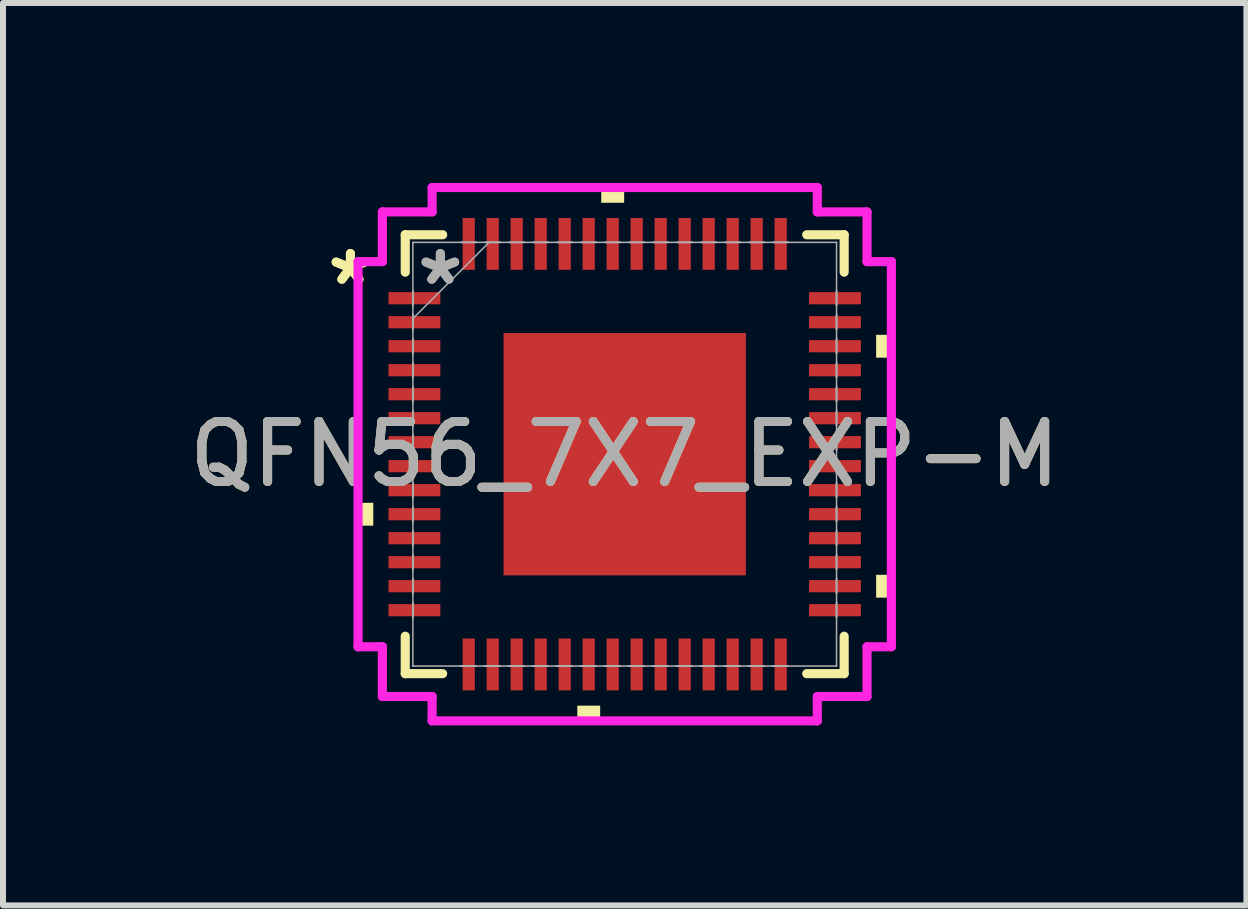
<source format=kicad_pcb>
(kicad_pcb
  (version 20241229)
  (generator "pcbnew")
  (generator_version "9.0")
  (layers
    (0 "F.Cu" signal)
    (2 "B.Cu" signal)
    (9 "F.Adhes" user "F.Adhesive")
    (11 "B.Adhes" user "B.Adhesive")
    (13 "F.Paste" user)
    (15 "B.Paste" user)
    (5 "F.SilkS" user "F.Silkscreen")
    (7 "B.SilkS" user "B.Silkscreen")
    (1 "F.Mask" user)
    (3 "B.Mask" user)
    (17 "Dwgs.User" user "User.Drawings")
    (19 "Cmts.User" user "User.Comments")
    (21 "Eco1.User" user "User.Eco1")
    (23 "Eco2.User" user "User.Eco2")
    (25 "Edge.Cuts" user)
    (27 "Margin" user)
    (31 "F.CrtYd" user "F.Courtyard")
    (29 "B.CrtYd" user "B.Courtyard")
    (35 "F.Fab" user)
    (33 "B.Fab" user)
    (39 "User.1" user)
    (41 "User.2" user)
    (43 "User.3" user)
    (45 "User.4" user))
  (footprint "QFN56_7X7_EXP-M"
    (layer "F.Cu")
    (at 7.363 4.521)
    (property "Reference" "QFN56_7X7_EXP-M" (at 0 0 0) (unlocked yes) (layer "F.SilkS") (effects (font (size 1 1) (thickness 0.15))))
    (attr smd)
    (fp_line (start -3.658 -3.658) (end -3.658 -3.034) (stroke (width 0.152) (type solid)) (layer "F.SilkS"))
    (fp_line (start -3.658 3.034) (end -3.658 3.658) (stroke (width 0.152) (type solid)) (layer "F.SilkS"))
    (fp_line (start -3.658 3.658) (end -3.034 3.658) (stroke (width 0.152) (type solid)) (layer "F.SilkS"))
    (fp_line (start -3.034 -3.658) (end -3.658 -3.658) (stroke (width 0.152) (type solid)) (layer "F.SilkS"))
    (fp_line (start 3.034 3.658) (end 3.658 3.658) (stroke (width 0.152) (type solid)) (layer "F.SilkS"))
    (fp_line (start 3.658 -3.658) (end 3.034 -3.658) (stroke (width 0.152) (type solid)) (layer "F.SilkS"))
    (fp_line (start 3.658 -3.034) (end 3.658 -3.658) (stroke (width 0.152) (type solid)) (layer "F.SilkS"))
    (fp_line (start 3.658 3.658) (end 3.658 3.034) (stroke (width 0.152) (type solid)) (layer "F.SilkS"))
    (fp_poly (pts (xy -4.445 0.81) (xy -4.445 1.191) (xy -4.191 1.191) (xy -4.191 0.81)) (stroke (width 0) (type solid)) (fill yes) (layer "F.SilkS"))
    (fp_poly (pts (xy -0.79 4.191) (xy -0.79 4.445) (xy -0.409 4.445) (xy -0.409 4.191)) (stroke (width 0) (type solid)) (fill yes) (layer "F.SilkS"))
    (fp_poly (pts (xy -0.391 -4.191) (xy -0.391 -4.445) (xy -0.009 -4.445) (xy -0.009 -4.191)) (stroke (width 0) (type solid)) (fill yes) (layer "F.SilkS"))
    (fp_poly (pts (xy 4.445 -1.99) (xy 4.445 -1.609) (xy 4.191 -1.609) (xy 4.191 -1.99)) (stroke (width 0) (type solid)) (fill yes) (layer "F.SilkS"))
    (fp_poly (pts (xy 4.445 2.01) (xy 4.445 2.391) (xy 4.191 2.391) (xy 4.191 2.01)) (stroke (width 0) (type solid)) (fill yes) (layer "F.SilkS"))
    (fp_poly (pts (xy -1.919 -1.919) (xy -1.919 -0.773) (xy -0.773 -0.773) (xy -0.773 -1.919)) (stroke (width 0) (type solid)) (fill yes) (layer "F.Paste"))
    (fp_poly (pts (xy -1.919 -0.573) (xy -1.919 0.573) (xy -0.773 0.573) (xy -0.773 -0.573)) (stroke (width 0) (type solid)) (fill yes) (layer "F.Paste"))
    (fp_poly (pts (xy -1.919 0.773) (xy -1.919 1.919) (xy -0.773 1.919) (xy -0.773 0.773)) (stroke (width 0) (type solid)) (fill yes) (layer "F.Paste"))
    (fp_poly (pts (xy -0.573 -1.919) (xy -0.573 -0.773) (xy 0.573 -0.773) (xy 0.573 -1.919)) (stroke (width 0) (type solid)) (fill yes) (layer "F.Paste"))
    (fp_poly (pts (xy -0.573 -0.573) (xy -0.573 0.573) (xy 0.573 0.573) (xy 0.573 -0.573)) (stroke (width 0) (type solid)) (fill yes) (layer "F.Paste"))
    (fp_poly (pts (xy -0.573 0.773) (xy -0.573 1.919) (xy 0.573 1.919) (xy 0.573 0.773)) (stroke (width 0) (type solid)) (fill yes) (layer "F.Paste"))
    (fp_poly (pts (xy 0.773 -1.919) (xy 0.773 -0.773) (xy 1.919 -0.773) (xy 1.919 -1.919)) (stroke (width 0) (type solid)) (fill yes) (layer "F.Paste"))
    (fp_poly (pts (xy 0.773 -0.573) (xy 0.773 0.573) (xy 1.919 0.573) (xy 1.919 -0.573)) (stroke (width 0) (type solid)) (fill yes) (layer "F.Paste"))
    (fp_poly (pts (xy 0.773 0.773) (xy 0.773 1.919) (xy 1.919 1.919) (xy 1.919 0.773)) (stroke (width 0) (type solid)) (fill yes) (layer "F.Paste"))
    (fp_line (start -4.445 -3.21) (end -4.039 -3.21) (stroke (width 0.152) (type solid)) (layer "F.CrtYd"))
    (fp_line (start -4.445 3.21) (end -4.445 -3.21) (stroke (width 0.152) (type solid)) (layer "F.CrtYd"))
    (fp_line (start -4.039 -4.039) (end -3.21 -4.039) (stroke (width 0.152) (type solid)) (layer "F.CrtYd"))
    (fp_line (start -4.039 -3.21) (end -4.039 -4.039) (stroke (width 0.152) (type solid)) (layer "F.CrtYd"))
    (fp_line (start -4.039 3.21) (end -4.445 3.21) (stroke (width 0.152) (type solid)) (layer "F.CrtYd"))
    (fp_line (start -4.039 4.039) (end -4.039 3.21) (stroke (width 0.152) (type solid)) (layer "F.CrtYd"))
    (fp_line (start -3.21 -4.445) (end 3.21 -4.445) (stroke (width 0.152) (type solid)) (layer "F.CrtYd"))
    (fp_line (start -3.21 -4.039) (end -3.21 -4.445) (stroke (width 0.152) (type solid)) (layer "F.CrtYd"))
    (fp_line (start -3.21 4.039) (end -4.039 4.039) (stroke (width 0.152) (type solid)) (layer "F.CrtYd"))
    (fp_line (start -3.21 4.445) (end -3.21 4.039) (stroke (width 0.152) (type solid)) (layer "F.CrtYd"))
    (fp_line (start 3.21 -4.445) (end 3.21 -4.039) (stroke (width 0.152) (type solid)) (layer "F.CrtYd"))
    (fp_line (start 3.21 -4.039) (end 4.039 -4.039) (stroke (width 0.152) (type solid)) (layer "F.CrtYd"))
    (fp_line (start 3.21 4.039) (end 3.21 4.445) (stroke (width 0.152) (type solid)) (layer "F.CrtYd"))
    (fp_line (start 3.21 4.445) (end -3.21 4.445) (stroke (width 0.152) (type solid)) (layer "F.CrtYd"))
    (fp_line (start 4.039 -4.039) (end 4.039 -3.21) (stroke (width 0.152) (type solid)) (layer "F.CrtYd"))
    (fp_line (start 4.039 -3.21) (end 4.445 -3.21) (stroke (width 0.152) (type solid)) (layer "F.CrtYd"))
    (fp_line (start 4.039 3.21) (end 4.039 4.039) (stroke (width 0.152) (type solid)) (layer "F.CrtYd"))
    (fp_line (start 4.039 4.039) (end 3.21 4.039) (stroke (width 0.152) (type solid)) (layer "F.CrtYd"))
    (fp_line (start 4.445 -3.21) (end 4.445 3.21) (stroke (width 0.152) (type solid)) (layer "F.CrtYd"))
    (fp_line (start 4.445 3.21) (end 4.039 3.21) (stroke (width 0.152) (type solid)) (layer "F.CrtYd"))
    (fp_line (start -3.531 -3.531) (end -3.531 -3.531) (stroke (width 0.025) (type solid)) (layer "F.Fab"))
    (fp_line (start -3.531 -3.531) (end -3.531 3.531) (stroke (width 0.025) (type solid)) (layer "F.Fab"))
    (fp_line (start -3.531 -2.727) (end -3.531 -2.727) (stroke (width 0.025) (type solid)) (layer "F.Fab"))
    (fp_line (start -3.531 -2.727) (end -3.531 -2.473) (stroke (width 0.025) (type solid)) (layer "F.Fab"))
    (fp_line (start -3.531 -2.473) (end -3.531 -2.727) (stroke (width 0.025) (type solid)) (layer "F.Fab"))
    (fp_line (start -3.531 -2.473) (end -3.531 -2.473) (stroke (width 0.025) (type solid)) (layer "F.Fab"))
    (fp_line (start -3.531 -2.327) (end -3.531 -2.327) (stroke (width 0.025) (type solid)) (layer "F.Fab"))
    (fp_line (start -3.531 -2.327) (end -3.531 -2.073) (stroke (width 0.025) (type solid)) (layer "F.Fab"))
    (fp_line (start -3.531 -2.261) (end -2.261 -3.531) (stroke (width 0.025) (type solid)) (layer "F.Fab"))
    (fp_line (start -3.531 -2.073) (end -3.531 -2.327) (stroke (width 0.025) (type solid)) (layer "F.Fab"))
    (fp_line (start -3.531 -2.073) (end -3.531 -2.073) (stroke (width 0.025) (type solid)) (layer "F.Fab"))
    (fp_line (start -3.531 -1.927) (end -3.531 -1.927) (stroke (width 0.025) (type solid)) (layer "F.Fab"))
    (fp_line (start -3.531 -1.927) (end -3.531 -1.673) (stroke (width 0.025) (type solid)) (layer "F.Fab"))
    (fp_line (start -3.531 -1.673) (end -3.531 -1.927) (stroke (width 0.025) (type solid)) (layer "F.Fab"))
    (fp_line (start -3.531 -1.673) (end -3.531 -1.673) (stroke (width 0.025) (type solid)) (layer "F.Fab"))
    (fp_line (start -3.531 -1.527) (end -3.531 -1.527) (stroke (width 0.025) (type solid)) (layer "F.Fab"))
    (fp_line (start -3.531 -1.527) (end -3.531 -1.273) (stroke (width 0.025) (type solid)) (layer "F.Fab"))
    (fp_line (start -3.531 -1.273) (end -3.531 -1.527) (stroke (width 0.025) (type solid)) (layer "F.Fab"))
    (fp_line (start -3.531 -1.273) (end -3.531 -1.273) (stroke (width 0.025) (type solid)) (layer "F.Fab"))
    (fp_line (start -3.531 -1.127) (end -3.531 -1.127) (stroke (width 0.025) (type solid)) (layer "F.Fab"))
    (fp_line (start -3.531 -1.127) (end -3.531 -0.873) (stroke (width 0.025) (type solid)) (layer "F.Fab"))
    (fp_line (start -3.531 -0.873) (end -3.531 -1.127) (stroke (width 0.025) (type solid)) (layer "F.Fab"))
    (fp_line (start -3.531 -0.873) (end -3.531 -0.873) (stroke (width 0.025) (type solid)) (layer "F.Fab"))
    (fp_line (start -3.531 -0.727) (end -3.531 -0.727) (stroke (width 0.025) (type solid)) (layer "F.Fab"))
    (fp_line (start -3.531 -0.727) (end -3.531 -0.473) (stroke (width 0.025) (type solid)) (layer "F.Fab"))
    (fp_line (start -3.531 -0.473) (end -3.531 -0.727) (stroke (width 0.025) (type solid)) (layer "F.Fab"))
    (fp_line (start -3.531 -0.473) (end -3.531 -0.473) (stroke (width 0.025) (type solid)) (layer "F.Fab"))
    (fp_line (start -3.531 -0.327) (end -3.531 -0.327) (stroke (width 0.025) (type solid)) (layer "F.Fab"))
    (fp_line (start -3.531 -0.327) (end -3.531 -0.073) (stroke (width 0.025) (type solid)) (layer "F.Fab"))
    (fp_line (start -3.531 -0.073) (end -3.531 -0.327) (stroke (width 0.025) (type solid)) (layer "F.Fab"))
    (fp_line (start -3.531 -0.073) (end -3.531 -0.073) (stroke (width 0.025) (type solid)) (layer "F.Fab"))
    (fp_line (start -3.531 0.073) (end -3.531 0.073) (stroke (width 0.025) (type solid)) (layer "F.Fab"))
    (fp_line (start -3.531 0.073) (end -3.531 0.327) (stroke (width 0.025) (type solid)) (layer "F.Fab"))
    (fp_line (start -3.531 0.327) (end -3.531 0.073) (stroke (width 0.025) (type solid)) (layer "F.Fab"))
    (fp_line (start -3.531 0.327) (end -3.531 0.327) (stroke (width 0.025) (type solid)) (layer "F.Fab"))
    (fp_line (start -3.531 0.473) (end -3.531 0.473) (stroke (width 0.025) (type solid)) (layer "F.Fab"))
    (fp_line (start -3.531 0.473) (end -3.531 0.727) (stroke (width 0.025) (type solid)) (layer "F.Fab"))
    (fp_line (start -3.531 0.727) (end -3.531 0.473) (stroke (width 0.025) (type solid)) (layer "F.Fab"))
    (fp_line (start -3.531 0.727) (end -3.531 0.727) (stroke (width 0.025) (type solid)) (layer "F.Fab"))
    (fp_line (start -3.531 0.873) (end -3.531 0.873) (stroke (width 0.025) (type solid)) (layer "F.Fab"))
    (fp_line (start -3.531 0.873) (end -3.531 1.127) (stroke (width 0.025) (type solid)) (layer "F.Fab"))
    (fp_line (start -3.531 1.127) (end -3.531 0.873) (stroke (width 0.025) (type solid)) (layer "F.Fab"))
    (fp_line (start -3.531 1.127) (end -3.531 1.127) (stroke (width 0.025) (type solid)) (layer "F.Fab"))
    (fp_line (start -3.531 1.273) (end -3.531 1.273) (stroke (width 0.025) (type solid)) (layer "F.Fab"))
    (fp_line (start -3.531 1.273) (end -3.531 1.527) (stroke (width 0.025) (type solid)) (layer "F.Fab"))
    (fp_line (start -3.531 1.527) (end -3.531 1.273) (stroke (width 0.025) (type solid)) (layer "F.Fab"))
    (fp_line (start -3.531 1.527) (end -3.531 1.527) (stroke (width 0.025) (type solid)) (layer "F.Fab"))
    (fp_line (start -3.531 1.673) (end -3.531 1.673) (stroke (width 0.025) (type solid)) (layer "F.Fab"))
    (fp_line (start -3.531 1.673) (end -3.531 1.927) (stroke (width 0.025) (type solid)) (layer "F.Fab"))
    (fp_line (start -3.531 1.927) (end -3.531 1.673) (stroke (width 0.025) (type solid)) (layer "F.Fab"))
    (fp_line (start -3.531 1.927) (end -3.531 1.927) (stroke (width 0.025) (type solid)) (layer "F.Fab"))
    (fp_line (start -3.531 2.073) (end -3.531 2.073) (stroke (width 0.025) (type solid)) (layer "F.Fab"))
    (fp_line (start -3.531 2.073) (end -3.531 2.327) (stroke (width 0.025) (type solid)) (layer "F.Fab"))
    (fp_line (start -3.531 2.327) (end -3.531 2.073) (stroke (width 0.025) (type solid)) (layer "F.Fab"))
    (fp_line (start -3.531 2.327) (end -3.531 2.327) (stroke (width 0.025) (type solid)) (layer "F.Fab"))
    (fp_line (start -3.531 2.473) (end -3.531 2.473) (stroke (width 0.025) (type solid)) (layer "F.Fab"))
    (fp_line (start -3.531 2.473) (end -3.531 2.727) (stroke (width 0.025) (type solid)) (layer "F.Fab"))
    (fp_line (start -3.531 2.727) (end -3.531 2.473) (stroke (width 0.025) (type solid)) (layer "F.Fab"))
    (fp_line (start -3.531 2.727) (end -3.531 2.727) (stroke (width 0.025) (type solid)) (layer "F.Fab"))
    (fp_line (start -3.531 3.531) (end -3.531 3.531) (stroke (width 0.025) (type solid)) (layer "F.Fab"))
    (fp_line (start -3.531 3.531) (end 3.531 3.531) (stroke (width 0.025) (type solid)) (layer "F.Fab"))
    (fp_line (start -2.727 -3.531) (end -2.727 -3.531) (stroke (width 0.025) (type solid)) (layer "F.Fab"))
    (fp_line (start -2.727 -3.531) (end -2.473 -3.531) (stroke (width 0.025) (type solid)) (layer "F.Fab"))
    (fp_line (start -2.727 3.531) (end -2.727 3.531) (stroke (width 0.025) (type solid)) (layer "F.Fab"))
    (fp_line (start -2.727 3.531) (end -2.473 3.531) (stroke (width 0.025) (type solid)) (layer "F.Fab"))
    (fp_line (start -2.473 -3.531) (end -2.727 -3.531) (stroke (width 0.025) (type solid)) (layer "F.Fab"))
    (fp_line (start -2.473 -3.531) (end -2.473 -3.531) (stroke (width 0.025) (type solid)) (layer "F.Fab"))
    (fp_line (start -2.473 3.531) (end -2.727 3.531) (stroke (width 0.025) (type solid)) (layer "F.Fab"))
    (fp_line (start -2.473 3.531) (end -2.473 3.531) (stroke (width 0.025) (type solid)) (layer "F.Fab"))
    (fp_line (start -2.327 -3.531) (end -2.327 -3.531) (stroke (width 0.025) (type solid)) (layer "F.Fab"))
    (fp_line (start -2.327 -3.531) (end -2.073 -3.531) (stroke (width 0.025) (type solid)) (layer "F.Fab"))
    (fp_line (start -2.327 3.531) (end -2.327 3.531) (stroke (width 0.025) (type solid)) (layer "F.Fab"))
    (fp_line (start -2.327 3.531) (end -2.073 3.531) (stroke (width 0.025) (type solid)) (layer "F.Fab"))
    (fp_line (start -2.073 -3.531) (end -2.327 -3.531) (stroke (width 0.025) (type solid)) (layer "F.Fab"))
    (fp_line (start -2.073 -3.531) (end -2.073 -3.531) (stroke (width 0.025) (type solid)) (layer "F.Fab"))
    (fp_line (start -2.073 3.531) (end -2.327 3.531) (stroke (width 0.025) (type solid)) (layer "F.Fab"))
    (fp_line (start -2.073 3.531) (end -2.073 3.531) (stroke (width 0.025) (type solid)) (layer "F.Fab"))
    (fp_line (start -1.927 -3.531) (end -1.927 -3.531) (stroke (width 0.025) (type solid)) (layer "F.Fab"))
    (fp_line (start -1.927 -3.531) (end -1.673 -3.531) (stroke (width 0.025) (type solid)) (layer "F.Fab"))
    (fp_line (start -1.927 3.531) (end -1.927 3.531) (stroke (width 0.025) (type solid)) (layer "F.Fab"))
    (fp_line (start -1.927 3.531) (end -1.673 3.531) (stroke (width 0.025) (type solid)) (layer "F.Fab"))
    (fp_line (start -1.673 -3.531) (end -1.927 -3.531) (stroke (width 0.025) (type solid)) (layer "F.Fab"))
    (fp_line (start -1.673 -3.531) (end -1.673 -3.531) (stroke (width 0.025) (type solid)) (layer "F.Fab"))
    (fp_line (start -1.673 3.531) (end -1.927 3.531) (stroke (width 0.025) (type solid)) (layer "F.Fab"))
    (fp_line (start -1.673 3.531) (end -1.673 3.531) (stroke (width 0.025) (type solid)) (layer "F.Fab"))
    (fp_line (start -1.527 -3.531) (end -1.527 -3.531) (stroke (width 0.025) (type solid)) (layer "F.Fab"))
    (fp_line (start -1.527 -3.531) (end -1.273 -3.531) (stroke (width 0.025) (type solid)) (layer "F.Fab"))
    (fp_line (start -1.527 3.531) (end -1.527 3.531) (stroke (width 0.025) (type solid)) (layer "F.Fab"))
    (fp_line (start -1.527 3.531) (end -1.273 3.531) (stroke (width 0.025) (type solid)) (layer "F.Fab"))
    (fp_line (start -1.273 -3.531) (end -1.527 -3.531) (stroke (width 0.025) (type solid)) (layer "F.Fab"))
    (fp_line (start -1.273 -3.531) (end -1.273 -3.531) (stroke (width 0.025) (type solid)) (layer "F.Fab"))
    (fp_line (start -1.273 3.531) (end -1.527 3.531) (stroke (width 0.025) (type solid)) (layer "F.Fab"))
    (fp_line (start -1.273 3.531) (end -1.273 3.531) (stroke (width 0.025) (type solid)) (layer "F.Fab"))
    (fp_line (start -1.127 -3.531) (end -1.127 -3.531) (stroke (width 0.025) (type solid)) (layer "F.Fab"))
    (fp_line (start -1.127 -3.531) (end -0.873 -3.531) (stroke (width 0.025) (type solid)) (layer "F.Fab"))
    (fp_line (start -1.127 3.531) (end -1.127 3.531) (stroke (width 0.025) (type solid)) (layer "F.Fab"))
    (fp_line (start -1.127 3.531) (end -0.873 3.531) (stroke (width 0.025) (type solid)) (layer "F.Fab"))
    (fp_line (start -0.873 -3.531) (end -1.127 -3.531) (stroke (width 0.025) (type solid)) (layer "F.Fab"))
    (fp_line (start -0.873 -3.531) (end -0.873 -3.531) (stroke (width 0.025) (type solid)) (layer "F.Fab"))
    (fp_line (start -0.873 3.531) (end -1.127 3.531) (stroke (width 0.025) (type solid)) (layer "F.Fab"))
    (fp_line (start -0.873 3.531) (end -0.873 3.531) (stroke (width 0.025) (type solid)) (layer "F.Fab"))
    (fp_line (start -0.727 -3.531) (end -0.727 -3.531) (stroke (width 0.025) (type solid)) (layer "F.Fab"))
    (fp_line (start -0.727 -3.531) (end -0.473 -3.531) (stroke (width 0.025) (type solid)) (layer "F.Fab"))
    (fp_line (start -0.727 3.531) (end -0.727 3.531) (stroke (width 0.025) (type solid)) (layer "F.Fab"))
    (fp_line (start -0.727 3.531) (end -0.473 3.531) (stroke (width 0.025) (type solid)) (layer "F.Fab"))
    (fp_line (start -0.473 -3.531) (end -0.727 -3.531) (stroke (width 0.025) (type solid)) (layer "F.Fab"))
    (fp_line (start -0.473 -3.531) (end -0.473 -3.531) (stroke (width 0.025) (type solid)) (layer "F.Fab"))
    (fp_line (start -0.473 3.531) (end -0.727 3.531) (stroke (width 0.025) (type solid)) (layer "F.Fab"))
    (fp_line (start -0.473 3.531) (end -0.473 3.531) (stroke (width 0.025) (type solid)) (layer "F.Fab"))
    (fp_line (start -0.327 -3.531) (end -0.327 -3.531) (stroke (width 0.025) (type solid)) (layer "F.Fab"))
    (fp_line (start -0.327 -3.531) (end -0.073 -3.531) (stroke (width 0.025) (type solid)) (layer "F.Fab"))
    (fp_line (start -0.327 3.531) (end -0.327 3.531) (stroke (width 0.025) (type solid)) (layer "F.Fab"))
    (fp_line (start -0.327 3.531) (end -0.073 3.531) (stroke (width 0.025) (type solid)) (layer "F.Fab"))
    (fp_line (start -0.073 -3.531) (end -0.327 -3.531) (stroke (width 0.025) (type solid)) (layer "F.Fab"))
    (fp_line (start -0.073 -3.531) (end -0.073 -3.531) (stroke (width 0.025) (type solid)) (layer "F.Fab"))
    (fp_line (start -0.073 3.531) (end -0.327 3.531) (stroke (width 0.025) (type solid)) (layer "F.Fab"))
    (fp_line (start -0.073 3.531) (end -0.073 3.531) (stroke (width 0.025) (type solid)) (layer "F.Fab"))
    (fp_line (start 0.073 -3.531) (end 0.073 -3.531) (stroke (width 0.025) (type solid)) (layer "F.Fab"))
    (fp_line (start 0.073 -3.531) (end 0.327 -3.531) (stroke (width 0.025) (type solid)) (layer "F.Fab"))
    (fp_line (start 0.073 3.531) (end 0.073 3.531) (stroke (width 0.025) (type solid)) (layer "F.Fab"))
    (fp_line (start 0.073 3.531) (end 0.327 3.531) (stroke (width 0.025) (type solid)) (layer "F.Fab"))
    (fp_line (start 0.327 -3.531) (end 0.073 -3.531) (stroke (width 0.025) (type solid)) (layer "F.Fab"))
    (fp_line (start 0.327 -3.531) (end 0.327 -3.531) (stroke (width 0.025) (type solid)) (layer "F.Fab"))
    (fp_line (start 0.327 3.531) (end 0.073 3.531) (stroke (width 0.025) (type solid)) (layer "F.Fab"))
    (fp_line (start 0.327 3.531) (end 0.327 3.531) (stroke (width 0.025) (type solid)) (layer "F.Fab"))
    (fp_line (start 0.473 -3.531) (end 0.473 -3.531) (stroke (width 0.025) (type solid)) (layer "F.Fab"))
    (fp_line (start 0.473 -3.531) (end 0.727 -3.531) (stroke (width 0.025) (type solid)) (layer "F.Fab"))
    (fp_line (start 0.473 3.531) (end 0.473 3.531) (stroke (width 0.025) (type solid)) (layer "F.Fab"))
    (fp_line (start 0.473 3.531) (end 0.727 3.531) (stroke (width 0.025) (type solid)) (layer "F.Fab"))
    (fp_line (start 0.727 -3.531) (end 0.473 -3.531) (stroke (width 0.025) (type solid)) (layer "F.Fab"))
    (fp_line (start 0.727 -3.531) (end 0.727 -3.531) (stroke (width 0.025) (type solid)) (layer "F.Fab"))
    (fp_line (start 0.727 3.531) (end 0.473 3.531) (stroke (width 0.025) (type solid)) (layer "F.Fab"))
    (fp_line (start 0.727 3.531) (end 0.727 3.531) (stroke (width 0.025) (type solid)) (layer "F.Fab"))
    (fp_line (start 0.873 -3.531) (end 0.873 -3.531) (stroke (width 0.025) (type solid)) (layer "F.Fab"))
    (fp_line (start 0.873 -3.531) (end 1.127 -3.531) (stroke (width 0.025) (type solid)) (layer "F.Fab"))
    (fp_line (start 0.873 3.531) (end 0.873 3.531) (stroke (width 0.025) (type solid)) (layer "F.Fab"))
    (fp_line (start 0.873 3.531) (end 1.127 3.531) (stroke (width 0.025) (type solid)) (layer "F.Fab"))
    (fp_line (start 1.127 -3.531) (end 0.873 -3.531) (stroke (width 0.025) (type solid)) (layer "F.Fab"))
    (fp_line (start 1.127 -3.531) (end 1.127 -3.531) (stroke (width 0.025) (type solid)) (layer "F.Fab"))
    (fp_line (start 1.127 3.531) (end 0.873 3.531) (stroke (width 0.025) (type solid)) (layer "F.Fab"))
    (fp_line (start 1.127 3.531) (end 1.127 3.531) (stroke (width 0.025) (type solid)) (layer "F.Fab"))
    (fp_line (start 1.273 -3.531) (end 1.273 -3.531) (stroke (width 0.025) (type solid)) (layer "F.Fab"))
    (fp_line (start 1.273 -3.531) (end 1.527 -3.531) (stroke (width 0.025) (type solid)) (layer "F.Fab"))
    (fp_line (start 1.273 3.531) (end 1.273 3.531) (stroke (width 0.025) (type solid)) (layer "F.Fab"))
    (fp_line (start 1.273 3.531) (end 1.527 3.531) (stroke (width 0.025) (type solid)) (layer "F.Fab"))
    (fp_line (start 1.527 -3.531) (end 1.273 -3.531) (stroke (width 0.025) (type solid)) (layer "F.Fab"))
    (fp_line (start 1.527 -3.531) (end 1.527 -3.531) (stroke (width 0.025) (type solid)) (layer "F.Fab"))
    (fp_line (start 1.527 3.531) (end 1.273 3.531) (stroke (width 0.025) (type solid)) (layer "F.Fab"))
    (fp_line (start 1.527 3.531) (end 1.527 3.531) (stroke (width 0.025) (type solid)) (layer "F.Fab"))
    (fp_line (start 1.673 -3.531) (end 1.673 -3.531) (stroke (width 0.025) (type solid)) (layer "F.Fab"))
    (fp_line (start 1.673 -3.531) (end 1.927 -3.531) (stroke (width 0.025) (type solid)) (layer "F.Fab"))
    (fp_line (start 1.673 3.531) (end 1.673 3.531) (stroke (width 0.025) (type solid)) (layer "F.Fab"))
    (fp_line (start 1.673 3.531) (end 1.927 3.531) (stroke (width 0.025) (type solid)) (layer "F.Fab"))
    (fp_line (start 1.927 -3.531) (end 1.673 -3.531) (stroke (width 0.025) (type solid)) (layer "F.Fab"))
    (fp_line (start 1.927 -3.531) (end 1.927 -3.531) (stroke (width 0.025) (type solid)) (layer "F.Fab"))
    (fp_line (start 1.927 3.531) (end 1.673 3.531) (stroke (width 0.025) (type solid)) (layer "F.Fab"))
    (fp_line (start 1.927 3.531) (end 1.927 3.531) (stroke (width 0.025) (type solid)) (layer "F.Fab"))
    (fp_line (start 2.073 -3.531) (end 2.073 -3.531) (stroke (width 0.025) (type solid)) (layer "F.Fab"))
    (fp_line (start 2.073 -3.531) (end 2.327 -3.531) (stroke (width 0.025) (type solid)) (layer "F.Fab"))
    (fp_line (start 2.073 3.531) (end 2.073 3.531) (stroke (width 0.025) (type solid)) (layer "F.Fab"))
    (fp_line (start 2.073 3.531) (end 2.327 3.531) (stroke (width 0.025) (type solid)) (layer "F.Fab"))
    (fp_line (start 2.327 -3.531) (end 2.073 -3.531) (stroke (width 0.025) (type solid)) (layer "F.Fab"))
    (fp_line (start 2.327 -3.531) (end 2.327 -3.531) (stroke (width 0.025) (type solid)) (layer "F.Fab"))
    (fp_line (start 2.327 3.531) (end 2.073 3.531) (stroke (width 0.025) (type solid)) (layer "F.Fab"))
    (fp_line (start 2.327 3.531) (end 2.327 3.531) (stroke (width 0.025) (type solid)) (layer "F.Fab"))
    (fp_line (start 2.473 -3.531) (end 2.473 -3.531) (stroke (width 0.025) (type solid)) (layer "F.Fab"))
    (fp_line (start 2.473 -3.531) (end 2.727 -3.531) (stroke (width 0.025) (type solid)) (layer "F.Fab"))
    (fp_line (start 2.473 3.531) (end 2.473 3.531) (stroke (width 0.025) (type solid)) (layer "F.Fab"))
    (fp_line (start 2.473 3.531) (end 2.727 3.531) (stroke (width 0.025) (type solid)) (layer "F.Fab"))
    (fp_line (start 2.727 -3.531) (end 2.473 -3.531) (stroke (width 0.025) (type solid)) (layer "F.Fab"))
    (fp_line (start 2.727 -3.531) (end 2.727 -3.531) (stroke (width 0.025) (type solid)) (layer "F.Fab"))
    (fp_line (start 2.727 3.531) (end 2.473 3.531) (stroke (width 0.025) (type solid)) (layer "F.Fab"))
    (fp_line (start 2.727 3.531) (end 2.727 3.531) (stroke (width 0.025) (type solid)) (layer "F.Fab"))
    (fp_line (start 3.531 -3.531) (end -3.531 -3.531) (stroke (width 0.025) (type solid)) (layer "F.Fab"))
    (fp_line (start 3.531 -3.531) (end 3.531 -3.531) (stroke (width 0.025) (type solid)) (layer "F.Fab"))
    (fp_line (start 3.531 -2.727) (end 3.531 -2.727) (stroke (width 0.025) (type solid)) (layer "F.Fab"))
    (fp_line (start 3.531 -2.727) (end 3.531 -2.473) (stroke (width 0.025) (type solid)) (layer "F.Fab"))
    (fp_line (start 3.531 -2.473) (end 3.531 -2.727) (stroke (width 0.025) (type solid)) (layer "F.Fab"))
    (fp_line (start 3.531 -2.473) (end 3.531 -2.473) (stroke (width 0.025) (type solid)) (layer "F.Fab"))
    (fp_line (start 3.531 -2.327) (end 3.531 -2.327) (stroke (width 0.025) (type solid)) (layer "F.Fab"))
    (fp_line (start 3.531 -2.327) (end 3.531 -2.073) (stroke (width 0.025) (type solid)) (layer "F.Fab"))
    (fp_line (start 3.531 -2.073) (end 3.531 -2.327) (stroke (width 0.025) (type solid)) (layer "F.Fab"))
    (fp_line (start 3.531 -2.073) (end 3.531 -2.073) (stroke (width 0.025) (type solid)) (layer "F.Fab"))
    (fp_line (start 3.531 -1.927) (end 3.531 -1.927) (stroke (width 0.025) (type solid)) (layer "F.Fab"))
    (fp_line (start 3.531 -1.927) (end 3.531 -1.673) (stroke (width 0.025) (type solid)) (layer "F.Fab"))
    (fp_line (start 3.531 -1.673) (end 3.531 -1.927) (stroke (width 0.025) (type solid)) (layer "F.Fab"))
    (fp_line (start 3.531 -1.673) (end 3.531 -1.673) (stroke (width 0.025) (type solid)) (layer "F.Fab"))
    (fp_line (start 3.531 -1.527) (end 3.531 -1.527) (stroke (width 0.025) (type solid)) (layer "F.Fab"))
    (fp_line (start 3.531 -1.527) (end 3.531 -1.273) (stroke (width 0.025) (type solid)) (layer "F.Fab"))
    (fp_line (start 3.531 -1.273) (end 3.531 -1.527) (stroke (width 0.025) (type solid)) (layer "F.Fab"))
    (fp_line (start 3.531 -1.273) (end 3.531 -1.273) (stroke (width 0.025) (type solid)) (layer "F.Fab"))
    (fp_line (start 3.531 -1.127) (end 3.531 -1.127) (stroke (width 0.025) (type solid)) (layer "F.Fab"))
    (fp_line (start 3.531 -1.127) (end 3.531 -0.873) (stroke (width 0.025) (type solid)) (layer "F.Fab"))
    (fp_line (start 3.531 -0.873) (end 3.531 -1.127) (stroke (width 0.025) (type solid)) (layer "F.Fab"))
    (fp_line (start 3.531 -0.873) (end 3.531 -0.873) (stroke (width 0.025) (type solid)) (layer "F.Fab"))
    (fp_line (start 3.531 -0.727) (end 3.531 -0.727) (stroke (width 0.025) (type solid)) (layer "F.Fab"))
    (fp_line (start 3.531 -0.727) (end 3.531 -0.473) (stroke (width 0.025) (type solid)) (layer "F.Fab"))
    (fp_line (start 3.531 -0.473) (end 3.531 -0.727) (stroke (width 0.025) (type solid)) (layer "F.Fab"))
    (fp_line (start 3.531 -0.473) (end 3.531 -0.473) (stroke (width 0.025) (type solid)) (layer "F.Fab"))
    (fp_line (start 3.531 -0.327) (end 3.531 -0.327) (stroke (width 0.025) (type solid)) (layer "F.Fab"))
    (fp_line (start 3.531 -0.327) (end 3.531 -0.073) (stroke (width 0.025) (type solid)) (layer "F.Fab"))
    (fp_line (start 3.531 -0.073) (end 3.531 -0.327) (stroke (width 0.025) (type solid)) (layer "F.Fab"))
    (fp_line (start 3.531 -0.073) (end 3.531 -0.073) (stroke (width 0.025) (type solid)) (layer "F.Fab"))
    (fp_line (start 3.531 0.073) (end 3.531 0.073) (stroke (width 0.025) (type solid)) (layer "F.Fab"))
    (fp_line (start 3.531 0.073) (end 3.531 0.327) (stroke (width 0.025) (type solid)) (layer "F.Fab"))
    (fp_line (start 3.531 0.327) (end 3.531 0.073) (stroke (width 0.025) (type solid)) (layer "F.Fab"))
    (fp_line (start 3.531 0.327) (end 3.531 0.327) (stroke (width 0.025) (type solid)) (layer "F.Fab"))
    (fp_line (start 3.531 0.473) (end 3.531 0.473) (stroke (width 0.025) (type solid)) (layer "F.Fab"))
    (fp_line (start 3.531 0.473) (end 3.531 0.727) (stroke (width 0.025) (type solid)) (layer "F.Fab"))
    (fp_line (start 3.531 0.727) (end 3.531 0.473) (stroke (width 0.025) (type solid)) (layer "F.Fab"))
    (fp_line (start 3.531 0.727) (end 3.531 0.727) (stroke (width 0.025) (type solid)) (layer "F.Fab"))
    (fp_line (start 3.531 0.873) (end 3.531 0.873) (stroke (width 0.025) (type solid)) (layer "F.Fab"))
    (fp_line (start 3.531 0.873) (end 3.531 1.127) (stroke (width 0.025) (type solid)) (layer "F.Fab"))
    (fp_line (start 3.531 1.127) (end 3.531 0.873) (stroke (width 0.025) (type solid)) (layer "F.Fab"))
    (fp_line (start 3.531 1.127) (end 3.531 1.127) (stroke (width 0.025) (type solid)) (layer "F.Fab"))
    (fp_line (start 3.531 1.273) (end 3.531 1.273) (stroke (width 0.025) (type solid)) (layer "F.Fab"))
    (fp_line (start 3.531 1.273) (end 3.531 1.527) (stroke (width 0.025) (type solid)) (layer "F.Fab"))
    (fp_line (start 3.531 1.527) (end 3.531 1.273) (stroke (width 0.025) (type solid)) (layer "F.Fab"))
    (fp_line (start 3.531 1.527) (end 3.531 1.527) (stroke (width 0.025) (type solid)) (layer "F.Fab"))
    (fp_line (start 3.531 1.673) (end 3.531 1.673) (stroke (width 0.025) (type solid)) (layer "F.Fab"))
    (fp_line (start 3.531 1.673) (end 3.531 1.927) (stroke (width 0.025) (type solid)) (layer "F.Fab"))
    (fp_line (start 3.531 1.927) (end 3.531 1.673) (stroke (width 0.025) (type solid)) (layer "F.Fab"))
    (fp_line (start 3.531 1.927) (end 3.531 1.927) (stroke (width 0.025) (type solid)) (layer "F.Fab"))
    (fp_line (start 3.531 2.073) (end 3.531 2.073) (stroke (width 0.025) (type solid)) (layer "F.Fab"))
    (fp_line (start 3.531 2.073) (end 3.531 2.327) (stroke (width 0.025) (type solid)) (layer "F.Fab"))
    (fp_line (start 3.531 2.327) (end 3.531 2.073) (stroke (width 0.025) (type solid)) (layer "F.Fab"))
    (fp_line (start 3.531 2.327) (end 3.531 2.327) (stroke (width 0.025) (type solid)) (layer "F.Fab"))
    (fp_line (start 3.531 2.473) (end 3.531 2.473) (stroke (width 0.025) (type solid)) (layer "F.Fab"))
    (fp_line (start 3.531 2.473) (end 3.531 2.727) (stroke (width 0.025) (type solid)) (layer "F.Fab"))
    (fp_line (start 3.531 2.727) (end 3.531 2.473) (stroke (width 0.025) (type solid)) (layer "F.Fab"))
    (fp_line (start 3.531 2.727) (end 3.531 2.727) (stroke (width 0.025) (type solid)) (layer "F.Fab"))
    (fp_line (start 3.531 3.531) (end 3.531 -3.531) (stroke (width 0.025) (type solid)) (layer "F.Fab"))
    (fp_line (start 3.531 3.531) (end 3.531 3.531) (stroke (width 0.025) (type solid)) (layer "F.Fab"))
    (fp_text user "*" (at -4.572 -2.8 0) (layer "F.SilkS") (effects (font (size 1 1) (thickness 0.15))))
    (fp_text user "*" (at -4.572 -2.8 0) (unlocked yes) (layer "F.SilkS") (effects (font (size 1 1) (thickness 0.15))))
    (fp_text user "*" (at -3.073 -2.8 0) (layer "F.Fab") (effects (font (size 1 1) (thickness 0.15))))
    (fp_text user "*" (at -3.073 -2.8 0) (unlocked yes) (layer "F.Fab") (effects (font (size 1 1) (thickness 0.15))))
    (fp_text user "${REFERENCE}" (at 0 0 0) (unlocked yes) (layer "F.Fab") (effects (font (size 1 1) (thickness 0.15))))
    (pad "1" smd rect (at -3.505 -2.6 90) (size 0.203 0.864) (layers "F.Cu" "F.Mask" "F.Paste"))
    (pad "2" smd rect (at -3.505 -2.2 90) (size 0.203 0.864) (layers "F.Cu" "F.Mask" "F.Paste"))
    (pad "3" smd rect (at -3.505 -1.8 90) (size 0.203 0.864) (layers "F.Cu" "F.Mask" "F.Paste"))
    (pad "4" smd rect (at -3.505 -1.4 90) (size 0.203 0.864) (layers "F.Cu" "F.Mask" "F.Paste"))
    (pad "5" smd rect (at -3.505 -1 90) (size 0.203 0.864) (layers "F.Cu" "F.Mask" "F.Paste"))
    (pad "6" smd rect (at -3.505 -0.6 90) (size 0.203 0.864) (layers "F.Cu" "F.Mask" "F.Paste"))
    (pad "7" smd rect (at -3.505 -0.2 90) (size 0.203 0.864) (layers "F.Cu" "F.Mask" "F.Paste"))
    (pad "8" smd rect (at -3.505 0.2 90) (size 0.203 0.864) (layers "F.Cu" "F.Mask" "F.Paste"))
    (pad "9" smd rect (at -3.505 0.6 90) (size 0.203 0.864) (layers "F.Cu" "F.Mask" "F.Paste"))
    (pad "10" smd rect (at -3.505 1 90) (size 0.203 0.864) (layers "F.Cu" "F.Mask" "F.Paste"))
    (pad "11" smd rect (at -3.505 1.4 90) (size 0.203 0.864) (layers "F.Cu" "F.Mask" "F.Paste"))
    (pad "12" smd rect (at -3.505 1.8 90) (size 0.203 0.864) (layers "F.Cu" "F.Mask" "F.Paste"))
    (pad "13" smd rect (at -3.505 2.2 90) (size 0.203 0.864) (layers "F.Cu" "F.Mask" "F.Paste"))
    (pad "14" smd rect (at -3.505 2.6 90) (size 0.203 0.864) (layers "F.Cu" "F.Mask" "F.Paste"))
    (pad "15" smd rect (at -2.6 3.505) (size 0.203 0.864) (layers "F.Cu" "F.Mask" "F.Paste"))
    (pad "16" smd rect (at -2.2 3.505) (size 0.203 0.864) (layers "F.Cu" "F.Mask" "F.Paste"))
    (pad "17" smd rect (at -1.8 3.505) (size 0.203 0.864) (layers "F.Cu" "F.Mask" "F.Paste"))
    (pad "18" smd rect (at -1.4 3.505) (size 0.203 0.864) (layers "F.Cu" "F.Mask" "F.Paste"))
    (pad "19" smd rect (at -1 3.505) (size 0.203 0.864) (layers "F.Cu" "F.Mask" "F.Paste"))
    (pad "20" smd rect (at -0.6 3.505) (size 0.203 0.864) (layers "F.Cu" "F.Mask" "F.Paste"))
    (pad "21" smd rect (at -0.2 3.505) (size 0.203 0.864) (layers "F.Cu" "F.Mask" "F.Paste"))
    (pad "22" smd rect (at 0.2 3.505) (size 0.203 0.864) (layers "F.Cu" "F.Mask" "F.Paste"))
    (pad "23" smd rect (at 0.6 3.505) (size 0.203 0.864) (layers "F.Cu" "F.Mask" "F.Paste"))
    (pad "24" smd rect (at 1 3.505) (size 0.203 0.864) (layers "F.Cu" "F.Mask" "F.Paste"))
    (pad "25" smd rect (at 1.4 3.505) (size 0.203 0.864) (layers "F.Cu" "F.Mask" "F.Paste"))
    (pad "26" smd rect (at 1.8 3.505) (size 0.203 0.864) (layers "F.Cu" "F.Mask" "F.Paste"))
    (pad "27" smd rect (at 2.2 3.505) (size 0.203 0.864) (layers "F.Cu" "F.Mask" "F.Paste"))
    (pad "28" smd rect (at 2.6 3.505) (size 0.203 0.864) (layers "F.Cu" "F.Mask" "F.Paste"))
    (pad "29" smd rect (at 3.505 2.6 90) (size 0.203 0.864) (layers "F.Cu" "F.Mask" "F.Paste"))
    (pad "30" smd rect (at 3.505 2.2 90) (size 0.203 0.864) (layers "F.Cu" "F.Mask" "F.Paste"))
    (pad "31" smd rect (at 3.505 1.8 90) (size 0.203 0.864) (layers "F.Cu" "F.Mask" "F.Paste"))
    (pad "32" smd rect (at 3.505 1.4 90) (size 0.203 0.864) (layers "F.Cu" "F.Mask" "F.Paste"))
    (pad "33" smd rect (at 3.505 1 90) (size 0.203 0.864) (layers "F.Cu" "F.Mask" "F.Paste"))
    (pad "34" smd rect (at 3.505 0.6 90) (size 0.203 0.864) (layers "F.Cu" "F.Mask" "F.Paste"))
    (pad "35" smd rect (at 3.505 0.2 90) (size 0.203 0.864) (layers "F.Cu" "F.Mask" "F.Paste"))
    (pad "36" smd rect (at 3.505 -0.2 90) (size 0.203 0.864) (layers "F.Cu" "F.Mask" "F.Paste"))
    (pad "37" smd rect (at 3.505 -0.6 90) (size 0.203 0.864) (layers "F.Cu" "F.Mask" "F.Paste"))
    (pad "38" smd rect (at 3.505 -1 90) (size 0.203 0.864) (layers "F.Cu" "F.Mask" "F.Paste"))
    (pad "39" smd rect (at 3.505 -1.4 90) (size 0.203 0.864) (layers "F.Cu" "F.Mask" "F.Paste"))
    (pad "40" smd rect (at 3.505 -1.8 90) (size 0.203 0.864) (layers "F.Cu" "F.Mask" "F.Paste"))
    (pad "41" smd rect (at 3.505 -2.2 90) (size 0.203 0.864) (layers "F.Cu" "F.Mask" "F.Paste"))
    (pad "42" smd rect (at 3.505 -2.6 90) (size 0.203 0.864) (layers "F.Cu" "F.Mask" "F.Paste"))
    (pad "43" smd rect (at 2.6 -3.505) (size 0.203 0.864) (layers "F.Cu" "F.Mask" "F.Paste"))
    (pad "44" smd rect (at 2.2 -3.505) (size 0.203 0.864) (layers "F.Cu" "F.Mask" "F.Paste"))
    (pad "45" smd rect (at 1.8 -3.505) (size 0.203 0.864) (layers "F.Cu" "F.Mask" "F.Paste"))
    (pad "46" smd rect (at 1.4 -3.505) (size 0.203 0.864) (layers "F.Cu" "F.Mask" "F.Paste"))
    (pad "47" smd rect (at 1 -3.505) (size 0.203 0.864) (layers "F.Cu" "F.Mask" "F.Paste"))
    (pad "48" smd rect (at 0.6 -3.505) (size 0.203 0.864) (layers "F.Cu" "F.Mask" "F.Paste"))
    (pad "49" smd rect (at 0.2 -3.505) (size 0.203 0.864) (layers "F.Cu" "F.Mask" "F.Paste"))
    (pad "50" smd rect (at -0.2 -3.505) (size 0.203 0.864) (layers "F.Cu" "F.Mask" "F.Paste"))
    (pad "51" smd rect (at -0.6 -3.505) (size 0.203 0.864) (layers "F.Cu" "F.Mask" "F.Paste"))
    (pad "52" smd rect (at -1 -3.505) (size 0.203 0.864) (layers "F.Cu" "F.Mask" "F.Paste"))
    (pad "53" smd rect (at -1.4 -3.505) (size 0.203 0.864) (layers "F.Cu" "F.Mask" "F.Paste"))
    (pad "54" smd rect (at -1.8 -3.505) (size 0.203 0.864) (layers "F.Cu" "F.Mask" "F.Paste"))
    (pad "55" smd rect (at -2.2 -3.505) (size 0.203 0.864) (layers "F.Cu" "F.Mask" "F.Paste"))
    (pad "56" smd rect (at -2.6 -3.505) (size 0.203 0.864) (layers "F.Cu" "F.Mask" "F.Paste"))
    (pad "57" smd rect (at 0 0) (size 4.039 4.039) (layers "F.Cu" "F.Mask")))
  (gr_rect
    (start -3 -3)
    (end 17.726 12.042)
    (stroke (width 0.1) (type default))
    (fill no)
    (layer "Edge.Cuts")))
</source>
